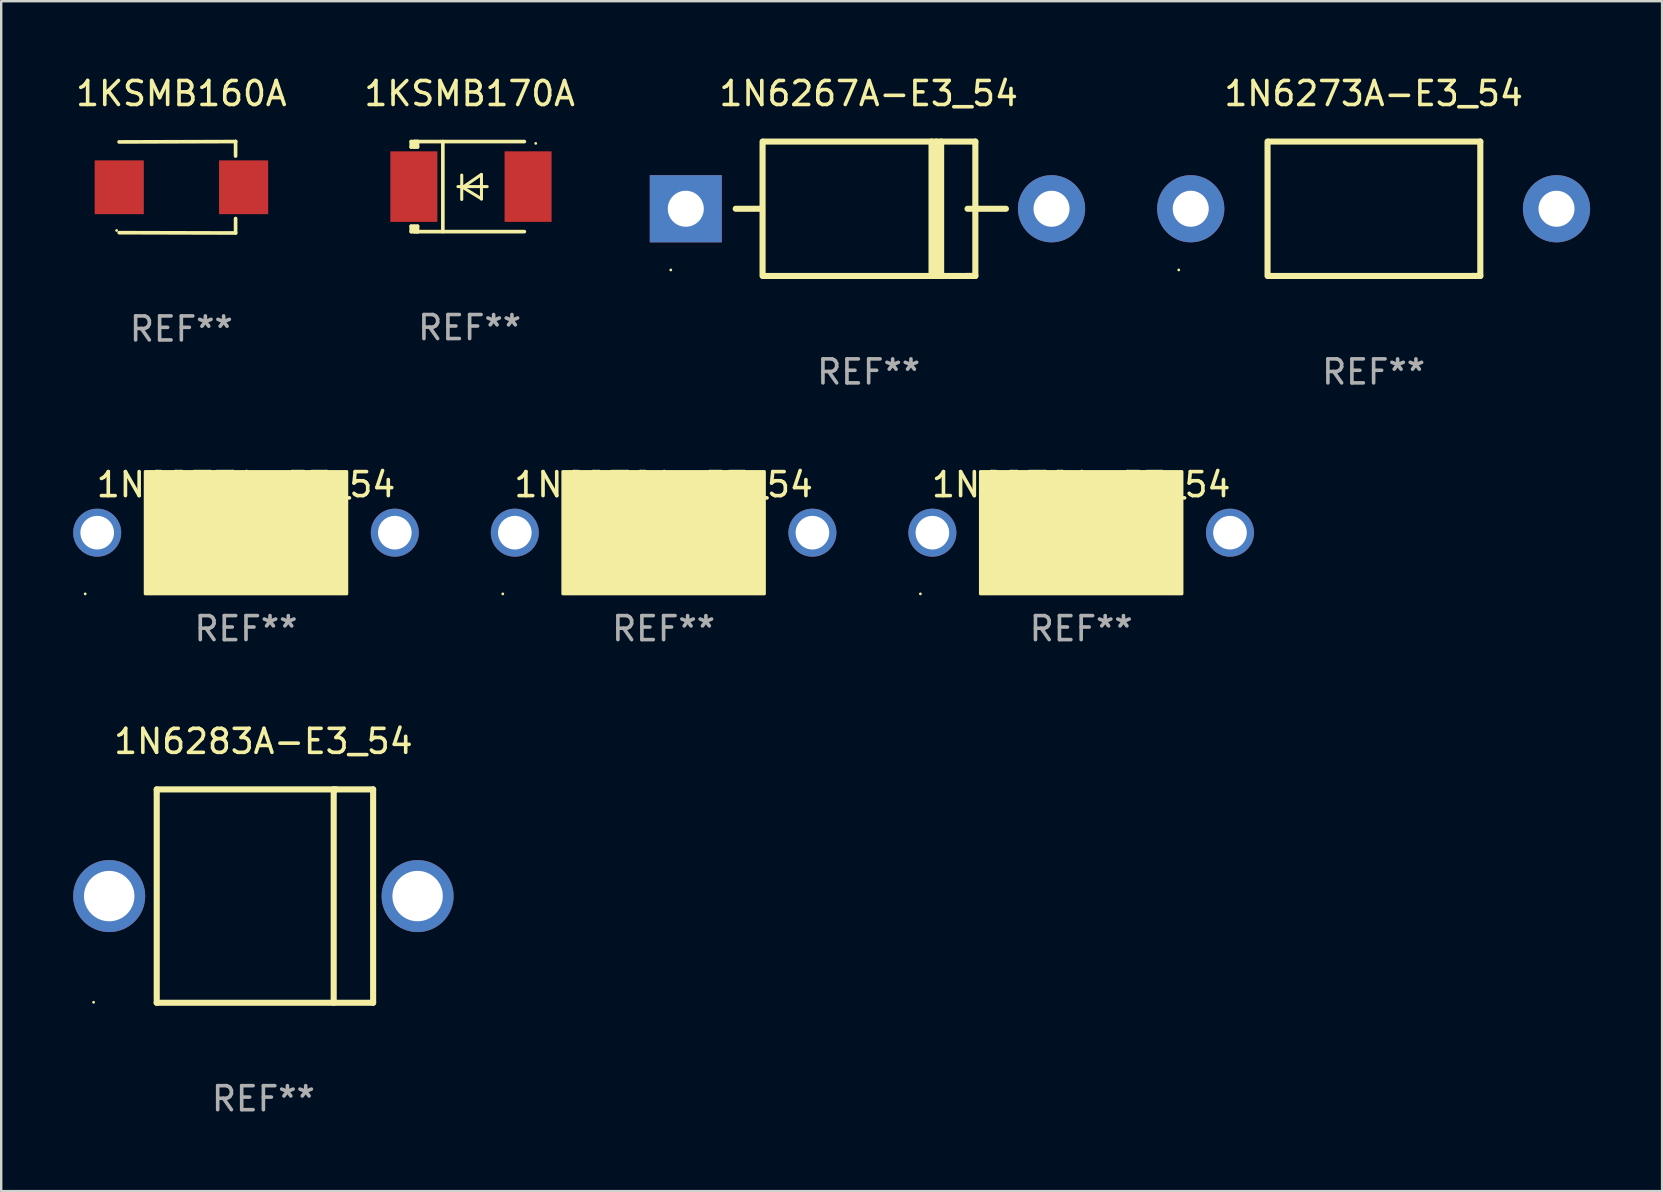
<source format=kicad_pcb>
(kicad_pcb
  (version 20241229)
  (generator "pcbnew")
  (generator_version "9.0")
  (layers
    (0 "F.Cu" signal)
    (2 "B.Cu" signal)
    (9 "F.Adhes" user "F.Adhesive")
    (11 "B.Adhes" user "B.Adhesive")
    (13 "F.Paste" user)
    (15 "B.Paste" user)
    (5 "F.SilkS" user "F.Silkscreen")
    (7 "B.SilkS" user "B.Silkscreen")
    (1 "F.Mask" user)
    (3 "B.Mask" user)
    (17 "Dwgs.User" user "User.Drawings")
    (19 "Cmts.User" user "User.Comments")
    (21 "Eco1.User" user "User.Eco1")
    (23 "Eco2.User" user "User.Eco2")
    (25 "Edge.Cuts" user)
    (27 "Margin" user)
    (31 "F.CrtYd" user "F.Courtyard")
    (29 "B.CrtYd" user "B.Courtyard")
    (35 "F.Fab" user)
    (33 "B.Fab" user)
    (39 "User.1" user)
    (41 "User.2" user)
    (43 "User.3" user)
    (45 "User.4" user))
  (footprint "1N6267A-E3_54"
    (layer "F.Cu")
    (at 33.144 5.648)
    (property "Reference" "1N6267A-E3_54" (at 0 -4.8 0) (layer "F.SilkS") (effects (font (size 1 1) (thickness 0.15))))
    (attr through_hole)
    (fp_line (start -5.54 0) (end -4.44 0) (stroke (width 0.254) (type solid)) (layer "F.SilkS"))
    (fp_line (start -4.42 2.8) (end -4.42 -2.8) (stroke (width 0.254) (type solid)) (layer "F.SilkS"))
    (fp_line (start -4.379 -2.799) (end 4.445 -2.799) (stroke (width 0.254) (type solid)) (layer "F.SilkS"))
    (fp_line (start 2.62 -2.8) (end 2.62 2.8) (stroke (width 0.254) (type solid)) (layer "F.SilkS"))
    (fp_line (start 2.82 -2.8) (end 2.82 2.8) (stroke (width 0.254) (type solid)) (layer "F.SilkS"))
    (fp_line (start 3.02 -2.8) (end 3.02 2.8) (stroke (width 0.254) (type solid)) (layer "F.SilkS"))
    (fp_line (start 4.12 0) (end 5.72 0) (stroke (width 0.254) (type solid)) (layer "F.SilkS"))
    (fp_line (start 4.12 2.8) (end -4.38 2.8) (stroke (width 0.254) (type solid)) (layer "F.SilkS"))
    (fp_line (start 4.445 -2.799) (end 4.445 2.799) (stroke (width 0.254) (type solid)) (layer "F.SilkS"))
    (fp_line (start 4.445 2.799) (end 4.12 2.799) (stroke (width 0.254) (type solid)) (layer "F.SilkS"))
    (fp_circle (center -8.245 2.55) (end -8.215 2.55) (stroke (width 0.06) (type solid)) (fill no) (layer "F.SilkS"))
    (fp_text user "REF**" (at 0 6.8 0) (layer "F.Fab") (effects (font (size 1 1) (thickness 0.15))))
    (pad "1" thru_hole rect (at -7.62 0 180) (size 3 2.8) (drill 1.5) (layers "*.Cu" "*.Mask"))
    (pad "2" thru_hole circle (at 7.62 0) (size 2.8 2.8) (drill 1.5) (layers "*.Cu" "*.Mask")))
  (footprint "1N6273A-E3_54"
    (layer "F.Cu")
    (at 54.184 5.648)
    (property "Reference" "1N6273A-E3_54" (at 0 -4.8 0) (layer "F.SilkS") (effects (font (size 1 1) (thickness 0.15))))
    (attr through_hole)
    (fp_line (start -4.42 2.8) (end -4.42 -2.8) (stroke (width 0.254) (type solid)) (layer "F.SilkS"))
    (fp_line (start -4.379 -2.799) (end 4.445 -2.799) (stroke (width 0.254) (type solid)) (layer "F.SilkS"))
    (fp_line (start 4.12 2.8) (end -4.38 2.8) (stroke (width 0.254) (type solid)) (layer "F.SilkS"))
    (fp_line (start 4.445 -2.799) (end 4.445 2.799) (stroke (width 0.254) (type solid)) (layer "F.SilkS"))
    (fp_line (start 4.445 2.799) (end 4.12 2.799) (stroke (width 0.254) (type solid)) (layer "F.SilkS"))
    (fp_circle (center -8.12 2.55) (end -8.09 2.55) (stroke (width 0.06) (type solid)) (fill no) (layer "F.SilkS"))
    (fp_text user "REF**" (at 0 6.8 0) (layer "F.Fab") (effects (font (size 1 1) (thickness 0.15))))
    (pad "1" thru_hole circle (at -7.62 0) (size 2.8 2.8) (drill 1.5) (layers "*.Cu" "*.Mask"))
    (pad "2" thru_hole circle (at 7.62 0) (size 2.8 2.8) (drill 1.5) (layers "*.Cu" "*.Mask")))
  (footprint "1N6279A-E3_54"
    (layer "F.Cu")
    (at 41.999 19.145)
    (property "Reference" "1N6279A-E3_54" (at 0 -2 0) (layer "F.SilkS") (effects (font (size 1 1) (thickness 0.15))))
    (attr through_hole)
    (fp_circle (center -6.7 2.55) (end -6.67 2.55) (stroke (width 0.06) (type solid)) (fill no) (layer "F.SilkS"))
    (fp_poly (pts (xy -4.2 -2.55) (xy 4.2 -2.55) (xy 4.2 2.55) (xy -4.2 2.55)) (stroke (width 0.12) (type solid)) (fill yes) (layer "F.SilkS"))
    (fp_text user "REF**" (at 0 4 0) (layer "F.Fab") (effects (font (size 1 1) (thickness 0.15))))
    (pad "1" thru_hole circle (at -6.2 0) (size 2 2) (drill 1.4) (layers "*.Cu" "*.Mask"))
    (pad "2" thru_hole circle (at 6.2 0) (size 2 2) (drill 1.4) (layers "*.Cu" "*.Mask")))
  (footprint "1N6283A-E3_54"
    (layer "F.Cu")
    (at 7.925 34.286)
    (property "Reference" "1N6283A-E3_54" (at 0 -6.445 0) (layer "F.SilkS") (effects (font (size 1 1) (thickness 0.15))))
    (attr through_hole)
    (fp_line (start -4.445 -4.445) (end -4.445 4.445) (stroke (width 0.254) (type solid)) (layer "F.SilkS"))
    (fp_line (start -4.445 4.445) (end 4.572 4.445) (stroke (width 0.254) (type solid)) (layer "F.SilkS"))
    (fp_line (start 2.929 -4.445) (end 2.929 4.445) (stroke (width 0.254) (type solid)) (layer "F.SilkS"))
    (fp_line (start 3.029 -4.445) (end 2.929 -4.445) (stroke (width 0.254) (type solid)) (layer "F.SilkS"))
    (fp_line (start 4.572 -4.445) (end -4.445 -4.445) (stroke (width 0.254) (type solid)) (layer "F.SilkS"))
    (fp_line (start 4.572 4.445) (end 4.572 -4.445) (stroke (width 0.254) (type solid)) (layer "F.SilkS"))
    (fp_circle (center -7.075 4.425) (end -7.045 4.425) (stroke (width 0.06) (type solid)) (fill no) (layer "F.SilkS"))
    (fp_text user "REF**" (at 0 8.445 0) (layer "F.Fab") (effects (font (size 1 1) (thickness 0.15))))
    (pad "1" thru_hole circle (at -6.425 0) (size 3 3) (drill 2.1) (layers "*.Cu" "*.Mask"))
    (pad "2" thru_hole circle (at 6.425 0) (size 3 3) (drill 2.1) (layers "*.Cu" "*.Mask")))
  (footprint "1N6278A-E3_54"
    (layer "F.Cu")
    (at 24.6 19.145)
    (property "Reference" "1N6278A-E3_54" (at 0 -2 0) (layer "F.SilkS") (effects (font (size 1 1) (thickness 0.15))))
    (attr through_hole)
    (fp_circle (center -6.7 2.55) (end -6.67 2.55) (stroke (width 0.06) (type solid)) (fill no) (layer "F.SilkS"))
    (fp_poly (pts (xy -4.2 -2.55) (xy 4.2 -2.55) (xy 4.2 2.55) (xy -4.2 2.55)) (stroke (width 0.12) (type solid)) (fill yes) (layer "F.SilkS"))
    (fp_text user "REF**" (at 0 4 0) (layer "F.Fab") (effects (font (size 1 1) (thickness 0.15))))
    (pad "1" thru_hole circle (at -6.2 0) (size 2 2) (drill 1.4) (layers "*.Cu" "*.Mask"))
    (pad "2" thru_hole circle (at 6.2 0) (size 2 2) (drill 1.4) (layers "*.Cu" "*.Mask")))
  (footprint "1KSMB170A"
    (layer "F.Cu")
    (at 16.518 4.725)
    (property "Reference" "1KSMB170A" (at 0 -3.876 0) (layer "F.SilkS") (effects (font (size 1 1) (thickness 0.15))))
    (attr through_hole)
    (fp_line (start -2.435 1.65) (end -2.171 1.65) (stroke (width 0.152) (type solid)) (layer "F.SilkS"))
    (fp_line (start -2.435 1.876) (end -2.435 1.65) (stroke (width 0.152) (type solid)) (layer "F.SilkS"))
    (fp_line (start -2.435 -1.876) (end -2.171 -1.876) (stroke (width 0.152) (type solid)) (layer "F.SilkS"))
    (fp_line (start -2.435 -1.65) (end -2.435 -1.876) (stroke (width 0.152) (type solid)) (layer "F.SilkS"))
    (fp_line (start -2.305 -1.866) (end -2.295 -1.876) (stroke (width 0.152) (type solid)) (layer "F.SilkS"))
    (fp_line (start -2.305 -1.65) (end -2.305 -1.866) (stroke (width 0.152) (type solid)) (layer "F.SilkS"))
    (fp_line (start -2.305 1.876) (end -2.305 1.65) (stroke (width 0.152) (type solid)) (layer "F.SilkS"))
    (fp_line (start -2.295 -1.876) (end -2.295 -1.65) (stroke (width 0.152) (type solid)) (layer "F.SilkS"))
    (fp_line (start -2.171 1.876) (end -2.435 1.876) (stroke (width 0.152) (type solid)) (layer "F.SilkS"))
    (fp_line (start -2.171 -1.65) (end -2.435 -1.65) (stroke (width 0.152) (type solid)) (layer "F.SilkS"))
    (fp_line (start -2.171 -1.876) (end -2.295 -1.876) (stroke (width 0.152) (type solid)) (layer "F.SilkS"))
    (fp_line (start -2.171 -1.65) (end -2.171 -1.876) (stroke (width 0.152) (type solid)) (layer "F.SilkS"))
    (fp_line (start -2.171 1.876) (end -2.305 1.876) (stroke (width 0.152) (type solid)) (layer "F.SilkS"))
    (fp_line (start -2.171 1.876) (end -2.171 1.65) (stroke (width 0.152) (type solid)) (layer "F.SilkS"))
    (fp_line (start -1.116 1.876) (end -1.116 -1.876) (stroke (width 0.152) (type solid)) (layer "F.SilkS"))
    (fp_line (start -0.488 0.000102) (end 0.731 0.000102) (stroke (width 0.127) (type solid)) (layer "F.SilkS"))
    (fp_line (start -0.329 -0.48) (end -0.329 0.536) (stroke (width 0.127) (type solid)) (layer "F.SilkS"))
    (fp_line (start -0.29 0.03) (end 0.493 0.51) (stroke (width 0.127) (type solid)) (layer "F.SilkS"))
    (fp_line (start 0.493 -0.51) (end -0.29 0.03) (stroke (width 0.127) (type solid)) (layer "F.SilkS"))
    (fp_line (start 0.493 0.52) (end 0.493 -0.496) (stroke (width 0.127) (type solid)) (layer "F.SilkS"))
    (fp_line (start 2.281 -1.876) (end -2.171 -1.876) (stroke (width 0.152) (type solid)) (layer "F.SilkS"))
    (fp_line (start 2.281 1.876) (end -2.171 1.876) (stroke (width 0.152) (type solid)) (layer "F.SilkS"))
    (fp_circle (center 2.755 -1.8) (end 2.785 -1.8) (stroke (width 0.06) (type solid)) (fill no) (layer "F.SilkS"))
    (fp_text user "REF**" (at 0 5.876 0) (layer "F.Fab") (effects (font (size 1 1) (thickness 0.15))))
    (pad "1" smd rect (at 2.435 -0.000025 180) (size 1.96 2.94) (layers "F.Cu" "F.Mask" "F.Paste"))
    (pad "2" smd rect (at -2.325 -0.000025 180) (size 1.96 2.94) (layers "F.Cu" "F.Mask" "F.Paste")))
  (footprint "1KSMB160A"
    (layer "F.Cu")
    (at 4.506 4.753)
    (property "Reference" "1KSMB160A" (at 0 -3.905 0) (layer "F.SilkS") (effects (font (size 1 1) (thickness 0.15))))
    (attr through_hole)
    (fp_line (start 2.256 -1.905) (end -2.594 -1.889) (stroke (width 0.152) (type solid)) (layer "F.SilkS"))
    (fp_line (start 2.256 -1.905) (end 2.26 -1.905) (stroke (width 0.152) (type solid)) (layer "F.SilkS"))
    (fp_line (start 2.26 -1.905) (end 2.26 -1.301) (stroke (width 0.152) (type solid)) (layer "F.SilkS"))
    (fp_line (start 2.26 1.301) (end 2.26 1.905) (stroke (width 0.152) (type solid)) (layer "F.SilkS"))
    (fp_line (start 2.26 1.905) (end -2.59 1.892) (stroke (width 0.152) (type solid)) (layer "F.SilkS"))
    (fp_circle (center -2.697 1.8) (end -2.667 1.8) (stroke (width 0.06) (type solid)) (fill no) (layer "F.SilkS"))
    (fp_text user "REF**" (at 0 5.905 0) (layer "F.Fab") (effects (font (size 1 1) (thickness 0.15))))
    (pad "1" smd rect (at -2.588 0) (size 2.047 2.241) (layers "F.Cu" "F.Mask" "F.Paste"))
    (pad "2" smd rect (at 2.594 0) (size 2.047 2.241) (layers "F.Cu" "F.Mask" "F.Paste")))
  (footprint "1N6277A-E3_54"
    (layer "F.Cu")
    (at 7.2 19.145)
    (property "Reference" "1N6277A-E3_54" (at 0 -2 0) (layer "F.SilkS") (effects (font (size 1 1) (thickness 0.15))))
    (attr through_hole)
    (fp_circle (center -6.7 2.55) (end -6.67 2.55) (stroke (width 0.06) (type solid)) (fill no) (layer "F.SilkS"))
    (fp_poly (pts (xy -4.2 -2.55) (xy 4.2 -2.55) (xy 4.2 2.55) (xy -4.2 2.55)) (stroke (width 0.12) (type solid)) (fill yes) (layer "F.SilkS"))
    (fp_text user "REF**" (at 0 4 0) (layer "F.Fab") (effects (font (size 1 1) (thickness 0.15))))
    (pad "1" thru_hole circle (at -6.2 0) (size 2 2) (drill 1.4) (layers "*.Cu" "*.Mask"))
    (pad "2" thru_hole circle (at 6.2 0) (size 2 2) (drill 1.4) (layers "*.Cu" "*.Mask")))
  (gr_rect
    (start -3 -3)
    (end 66.204 46.58)
    (stroke (width 0.1) (type default))
    (fill no)
    (layer "Edge.Cuts")))
</source>
